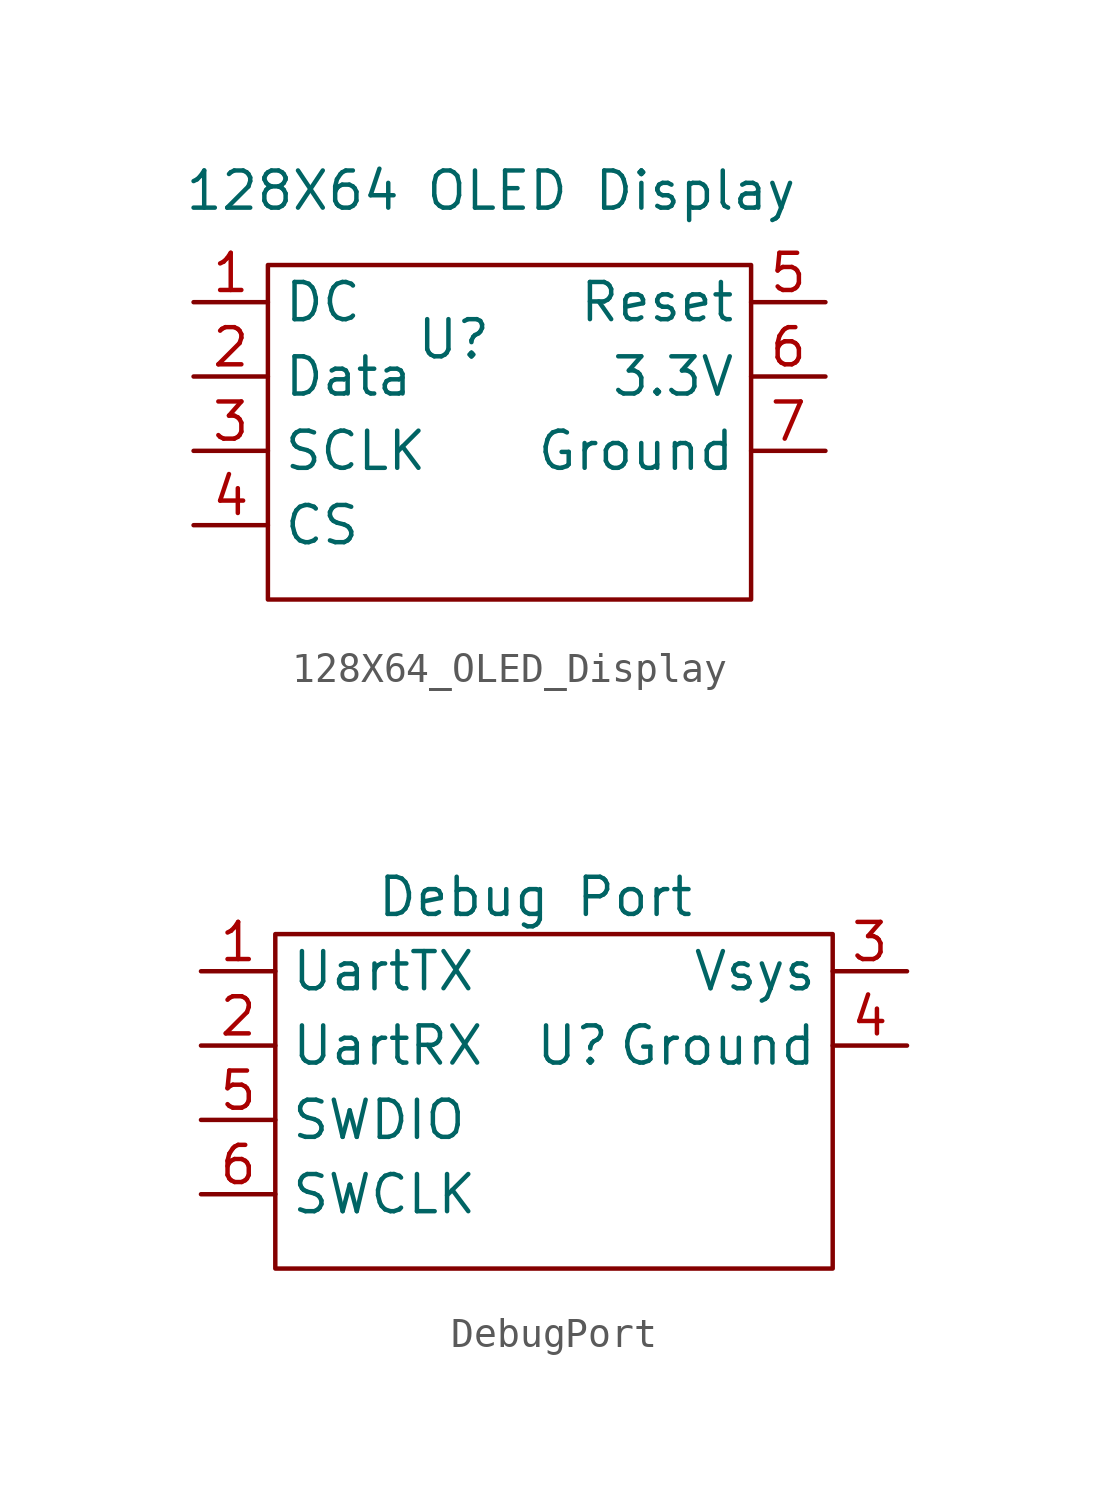
<source format=kicad_sym>
(kicad_symbol_lib
  (version 20220914)
  (generator kicad_symbol_editor)
  (symbol "128X64_OLED_Display"
    (property "Reference" "U"
      (at -1.27 3.81 0)
      (effects (font (size 1.27 1.27))))
    (property "Value" "128X64 OLED Display"
      (at 0 8.89 0)
      (effects (font (size 1.27 1.27))))
    (symbol "128X64_OLED_Display_0_1"
      (rectangle (start -7.62 6.35) (end 8.89 -5.08) (stroke (width 0) (type default)) (fill (type none))))
    (symbol "128X64_OLED_Display_1_1"
      (pin input line (at -10.16 5.08 0) (length 2.54) (name "DC" (effects (font (size 1.27 1.27)))) (number "1" (effects (font (size 1.27 1.27)))))
      (pin input line (at -10.16 2.54 0) (length 2.54) (name "Data" (effects (font (size 1.27 1.27)))) (number "2" (effects (font (size 1.27 1.27)))))
      (pin input line (at -10.16 0 0) (length 2.54) (name "SCLK" (effects (font (size 1.27 1.27)))) (number "3" (effects (font (size 1.27 1.27)))))
      (pin input line (at -10.16 -2.54 0) (length 2.54) (name "CS" (effects (font (size 1.27 1.27)))) (number "4" (effects (font (size 1.27 1.27)))))
      (pin input line (at 11.43 5.08 180) (length 2.54) (name "Reset" (effects (font (size 1.27 1.27)))) (number "5" (effects (font (size 1.27 1.27)))))
      (pin input line (at 11.43 2.54 180) (length 2.54) (name "3.3V" (effects (font (size 1.27 1.27)))) (number "6" (effects (font (size 1.27 1.27)))))
      (pin input line (at 11.43 0 180) (length 2.54) (name "Ground" (effects (font (size 1.27 1.27)))) (number "7" (effects (font (size 1.27 1.27)))))))
  (symbol "DebugPort"
    (property "Reference" "U"
      (at 0 1.27 0)
      (effects (font (size 1.27 1.27))))
    (property "Value" "Debug Port"
      (at -1.27 6.35 0)
      (effects (font (size 1.27 1.27))))
    (symbol "DebugPort_0_1"
      (rectangle (start -10.16 5.08) (end 8.89 -6.35) (stroke (width 0) (type default)) (fill (type none))))
    (symbol "DebugPort_1_1"
      (pin output line (at -12.7 3.81 0) (length 2.54) (name "UartTX" (effects (font (size 1.27 1.27)))) (number "1" (effects (font (size 1.27 1.27)))))
      (pin input line (at -12.7 1.27 0) (length 2.54) (name "UartRX" (effects (font (size 1.27 1.27)))) (number "2" (effects (font (size 1.27 1.27)))))
      (pin input line (at 11.43 3.81 180) (length 2.54) (name "Vsys" (effects (font (size 1.27 1.27)))) (number "3" (effects (font (size 1.27 1.27)))))
      (pin input line (at 11.43 1.27 180) (length 2.54) (name "Ground" (effects (font (size 1.27 1.27)))) (number "4" (effects (font (size 1.27 1.27)))))
      (pin bidirectional line (at -12.7 -1.27 0) (length 2.54) (name "SWDIO" (effects (font (size 1.27 1.27)))) (number "5" (effects (font (size 1.27 1.27)))))
      (pin input line (at -12.7 -3.81 0) (length 2.54) (name "SWCLK" (effects (font (size 1.27 1.27)))) (number "6" (effects (font (size 1.27 1.27))))))))
</source>
